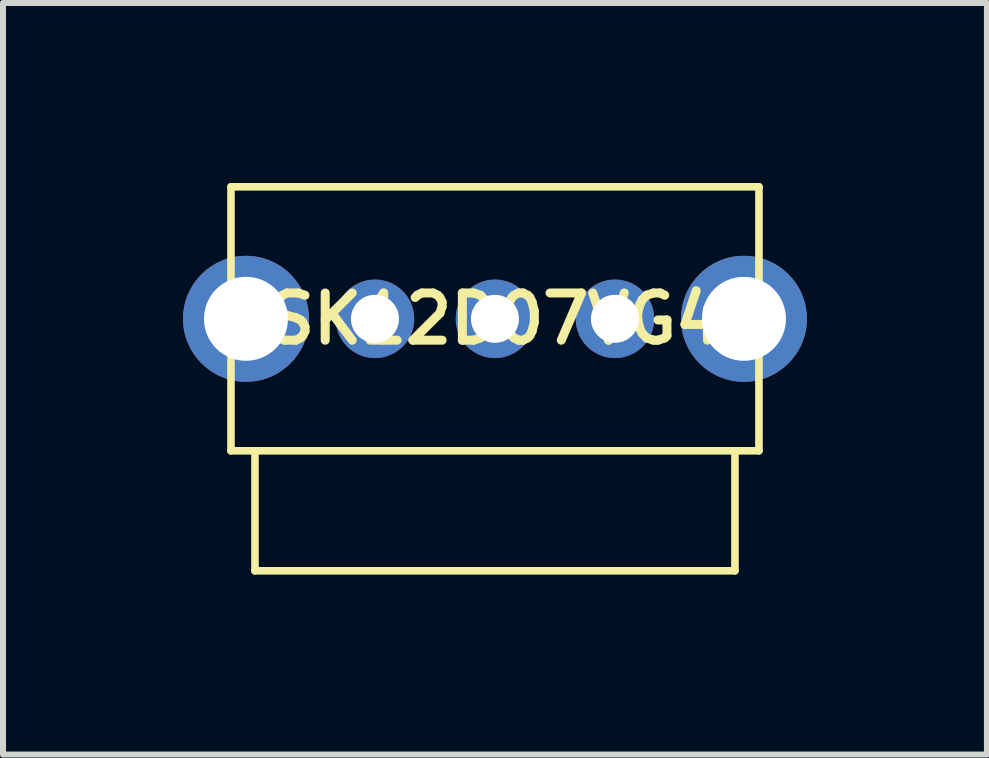
<source format=kicad_pcb>
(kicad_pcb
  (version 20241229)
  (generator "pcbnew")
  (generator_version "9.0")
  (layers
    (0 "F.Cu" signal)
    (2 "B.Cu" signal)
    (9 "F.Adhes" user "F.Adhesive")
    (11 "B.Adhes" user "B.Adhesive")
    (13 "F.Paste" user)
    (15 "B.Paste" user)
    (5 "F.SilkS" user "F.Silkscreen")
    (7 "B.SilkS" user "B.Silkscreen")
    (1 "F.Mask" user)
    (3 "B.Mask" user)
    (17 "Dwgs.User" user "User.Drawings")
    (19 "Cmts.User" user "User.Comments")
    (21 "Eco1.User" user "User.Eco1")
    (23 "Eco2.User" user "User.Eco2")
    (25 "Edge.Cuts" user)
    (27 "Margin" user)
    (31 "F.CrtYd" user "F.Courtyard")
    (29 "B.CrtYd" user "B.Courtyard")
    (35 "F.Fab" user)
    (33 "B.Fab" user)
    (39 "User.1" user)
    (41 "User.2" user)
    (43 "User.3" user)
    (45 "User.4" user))
  (footprint "SK12D07VG4"
    (layer "F.Cu")
    (at 5.2 2.264)
    (property "Reference" "SK12D07VG4" (at 0 0 0) (layer "F.SilkS") (effects (font (size 0.787 0.787) (thickness 0.15))))
    (attr through_hole)
    (fp_line (start -4.4 -2.2) (end 4.4 -2.2) (stroke (width 0.127) (type solid)) (layer "F.SilkS"))
    (fp_line (start -4.4 2.2) (end -4.4 -2.2) (stroke (width 0.127) (type solid)) (layer "F.SilkS"))
    (fp_line (start -4 2.2) (end -4.4 2.2) (stroke (width 0.127) (type solid)) (layer "F.SilkS"))
    (fp_line (start -4 2.2) (end -4 4.2) (stroke (width 0.127) (type solid)) (layer "F.SilkS"))
    (fp_line (start -4 4.2) (end 4 4.2) (stroke (width 0.127) (type solid)) (layer "F.SilkS"))
    (fp_line (start 4 2.2) (end -4 2.2) (stroke (width 0.127) (type solid)) (layer "F.SilkS"))
    (fp_line (start 4 4.2) (end 4 2.2) (stroke (width 0.127) (type solid)) (layer "F.SilkS"))
    (fp_line (start 4.4 -2.2) (end 4.4 2.2) (stroke (width 0.127) (type solid)) (layer "F.SilkS"))
    (fp_line (start 4.4 2.2) (end 4 2.2) (stroke (width 0.127) (type solid)) (layer "F.SilkS"))
    (pad "1" thru_hole circle (at -2 0) (size 1.308 1.308) (drill 0.8) (layers "*.Cu" "*.Mask"))
    (pad "2" thru_hole circle (at 2 0) (size 1.308 1.308) (drill 0.8) (layers "*.Cu" "*.Mask"))
    (pad "COM" thru_hole circle (at 0 0) (size 1.308 1.308) (drill 0.8) (layers "*.Cu" "*.Mask"))
    (pad "M1" thru_hole circle (at -4.15 0) (size 2.1 2.1) (drill 1.4) (layers "*.Cu" "*.Mask"))
    (pad "M2" thru_hole circle (at 4.15 0) (size 2.1 2.1) (drill 1.4) (layers "*.Cu" "*.Mask")))
  (gr_rect
    (start -3 -3)
    (end 13.4 9.527)
    (stroke (width 0.1) (type default))
    (fill no)
    (layer "Edge.Cuts")))
</source>
